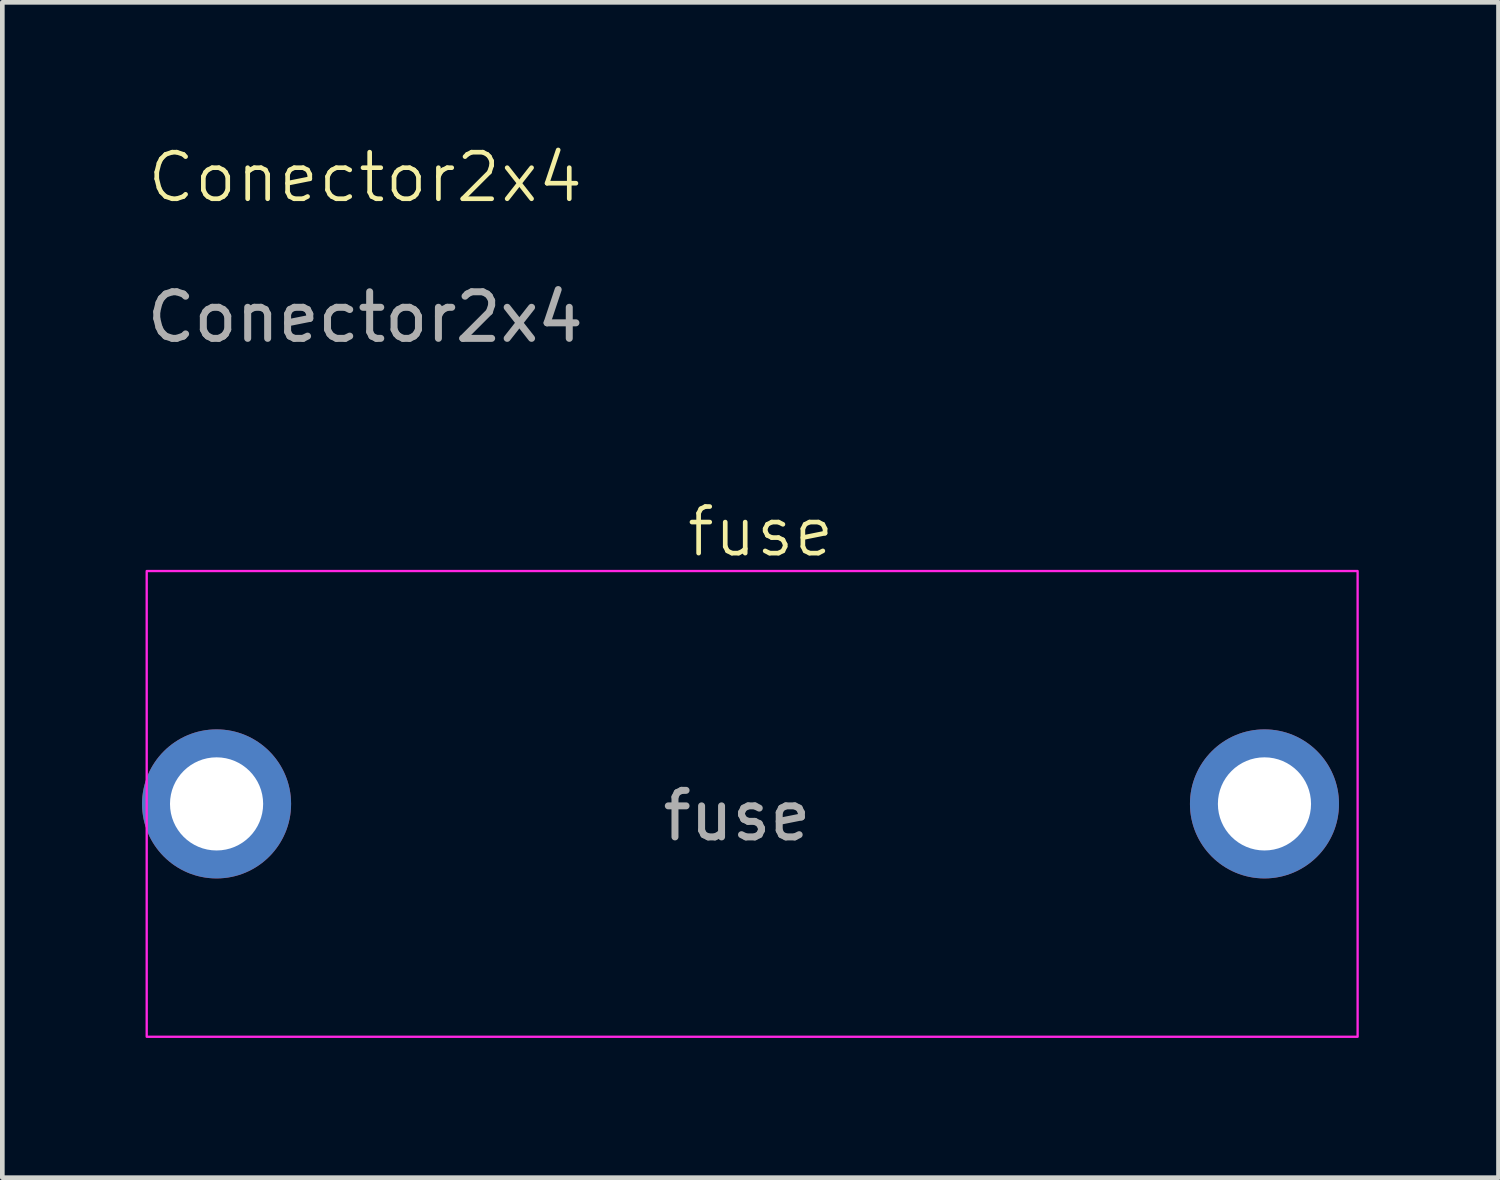
<source format=kicad_pcb>
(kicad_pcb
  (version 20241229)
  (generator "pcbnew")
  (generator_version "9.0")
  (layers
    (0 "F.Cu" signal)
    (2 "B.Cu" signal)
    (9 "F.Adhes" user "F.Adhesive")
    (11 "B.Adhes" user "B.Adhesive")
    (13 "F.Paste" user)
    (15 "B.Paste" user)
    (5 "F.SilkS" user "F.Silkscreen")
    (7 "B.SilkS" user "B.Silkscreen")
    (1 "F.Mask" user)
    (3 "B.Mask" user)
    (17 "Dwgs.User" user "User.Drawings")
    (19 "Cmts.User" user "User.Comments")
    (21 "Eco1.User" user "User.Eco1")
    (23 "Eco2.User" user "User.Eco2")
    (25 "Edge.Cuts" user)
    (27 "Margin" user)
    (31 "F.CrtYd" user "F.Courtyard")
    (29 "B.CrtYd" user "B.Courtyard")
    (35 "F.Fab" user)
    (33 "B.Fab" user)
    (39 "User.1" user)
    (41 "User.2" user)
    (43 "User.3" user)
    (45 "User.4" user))
  (footprint "fuse"
    (layer "F.Cu")
    (at 1.6 14.211)
    (property "Reference" "fuse" (at 11.684 -5.842 0) (unlocked yes) (layer "F.SilkS") (effects (font (size 1 1) (thickness 0.1))))
    (attr smd)
    (fp_rect (start -1.5 5) (end 24.5 -5) (stroke (width 0.05) (type default)) (fill no) (layer "F.CrtYd"))
    (fp_text user "${REFERENCE}" (at 11.176 0.254 0) (unlocked yes) (layer "F.Fab") (effects (font (size 1 1) (thickness 0.15))))
    (pad "1" thru_hole circle (at 0 0) (size 3.2 3.2) (drill 2) (layers "*.Cu" "*.Mask"))
    (pad "2" thru_hole circle (at 22.5 0) (size 3.2 3.2) (drill 2) (layers "*.Cu" "*.Mask")))
  (footprint "Conector2x4"
    (layer "F.Cu")
    (at 4.792 1.26)
    (property "Reference" "Conector2x4" (at 0 -0.5 0) (unlocked yes) (layer "F.SilkS") (effects (font (size 1 1) (thickness 0.1))))
    (attr through_hole)
    (fp_text user "${REFERENCE}" (at 0 2.5 0) (unlocked yes) (layer "F.Fab") (effects (font (size 1 1) (thickness 0.15)))))
  (gr_rect
    (start -3 -3)
    (end 29.125 22.236)
    (stroke (width 0.1) (type default))
    (fill no)
    (layer "Edge.Cuts")))
</source>
